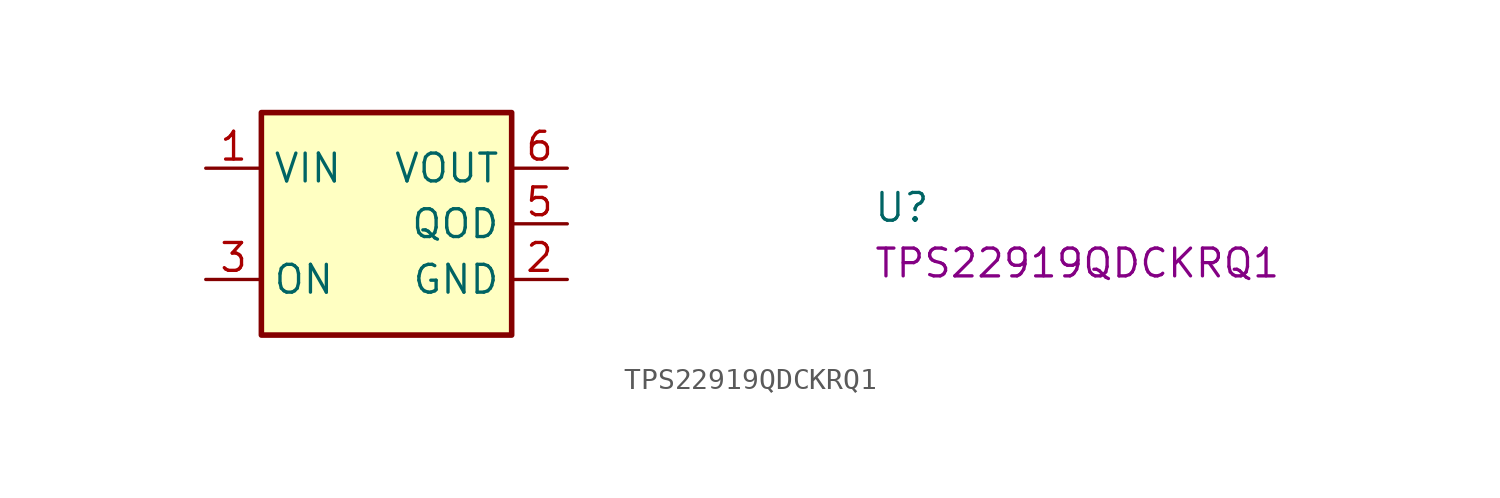
<source format=kicad_sym>
(kicad_symbol_lib
  (version 20220914)
  (generator kicad_symbol_editor)
  (symbol "TPS22919QDCKRQ1"
    (property "Reference" "U"
      (at 30.48 -2.54 0)
      (effects (font (size 1.27 1.27) (thickness 0.15)) (justify left bottom)))
    (property "MPN" "TPS22919QDCKRQ1 "
      (at 30.48 -5.08 0)
      (effects (font (size 1.27 1.27) (thickness 0.15)) (justify left bottom)))
    (symbol "TPS22919QDCKRQ1_1_1"
      (rectangle (start 2.54 2.54) (end 13.97 -7.62) (stroke (width 0.254) (type default)) (fill (type background)))
      (pin power_in line (at 0 0 0) (length 2.54) (name "VIN" (effects (font (size 1.27 1.27)))) (number "1" (effects (font (size 1.27 1.27)))))
      (pin power_in line (at 16.51 -5.08 180) (length 2.54) (name "GND" (effects (font (size 1.27 1.27)))) (number "2" (effects (font (size 1.27 1.27)))))
      (pin input line (at 0 -5.08 0) (length 2.54) (name "ON" (effects (font (size 1.27 1.27)))) (number "3" (effects (font (size 1.27 1.27)))))
      (pin no_connect line (at 2.54 -2.54 0) (length 2.54) hide (name "NC" (effects (font (size 1.27 1.27)))) (number "4" (effects (font (size 1.27 1.27)))))
      (pin passive line (at 16.51 -2.54 180) (length 2.54) (name "QOD" (effects (font (size 1.27 1.27)))) (number "5" (effects (font (size 1.27 1.27)))))
      (pin power_out line (at 16.51 0 180) (length 2.54) (name "VOUT" (effects (font (size 1.27 1.27)))) (number "6" (effects (font (size 1.27 1.27))))))))
</source>
